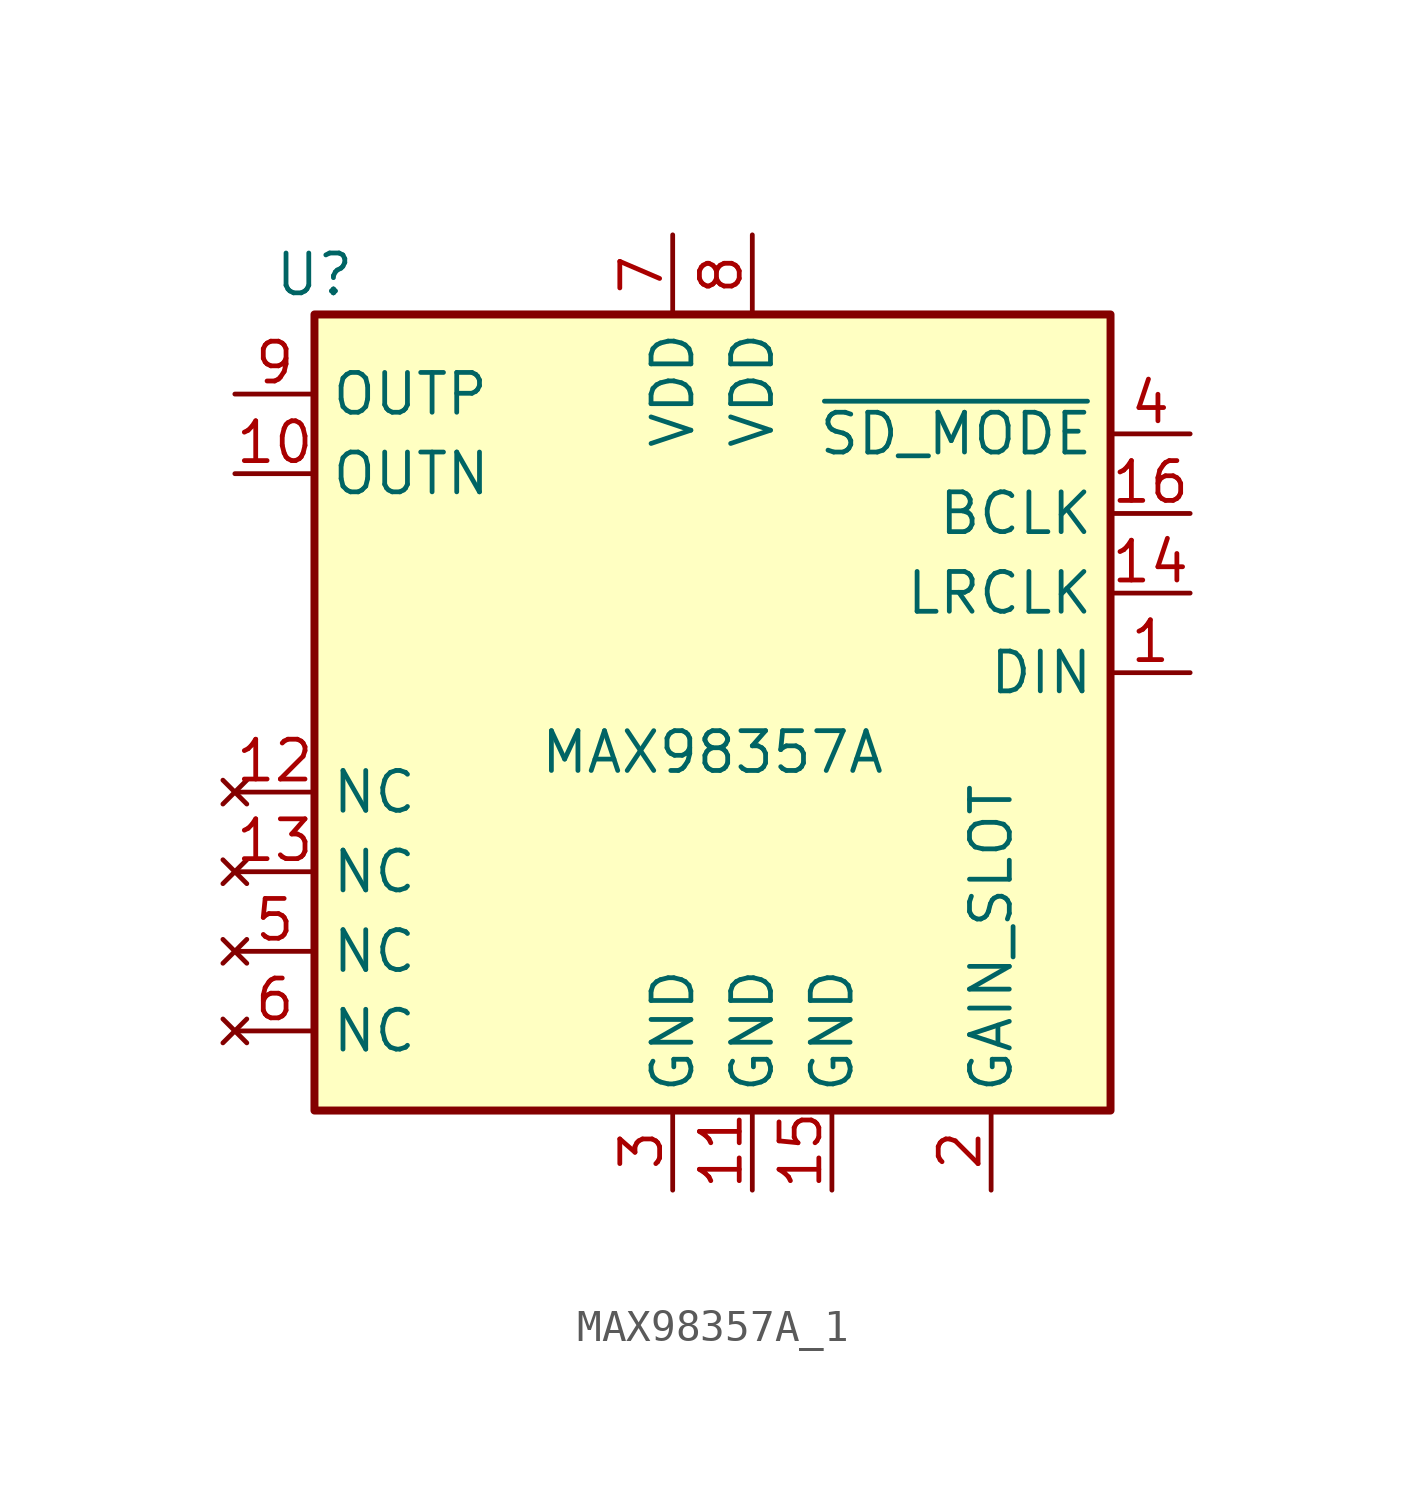
<source format=kicad_sym>
(kicad_symbol_lib
  (version 20220914)
  (generator kicad_symbol_editor)
  (symbol "MAX98357A_1"
    (property "Reference" "U"
      (at -12.7 13.97 0)
      (effects (font (size 1.27 1.27))))
    (property "Value" "MAX98357A"
      (at 0 -1.27 0)
      (effects (font (size 1.27 1.27))))
    (symbol "MAX98357A_1_0_1"
      (rectangle (start -12.7 12.7) (end 12.7 -12.7) (stroke (width 0.254) (type default)) (fill (type background))))
    (symbol "MAX98357A_1_1_1"
      (pin input line (at 15.24 1.27 180) (length 2.54) (name "DIN" (effects (font (size 1.27 1.27)))) (number "1" (effects (font (size 1.27 1.27)))))
      (pin output line (at -15.24 7.62 0) (length 2.54) (name "OUTN" (effects (font (size 1.27 1.27)))) (number "10" (effects (font (size 1.27 1.27)))))
      (pin power_in line (at 1.27 -15.24 90) (length 2.54) (name "GND" (effects (font (size 1.27 1.27)))) (number "11" (effects (font (size 1.27 1.27)))))
      (pin no_connect line (at -15.24 -2.54 0) (length 2.54) (name "NC" (effects (font (size 1.27 1.27)))) (number "12" (effects (font (size 1.27 1.27)))))
      (pin no_connect line (at -15.24 -5.08 0) (length 2.54) (name "NC" (effects (font (size 1.27 1.27)))) (number "13" (effects (font (size 1.27 1.27)))))
      (pin input line (at 15.24 3.81 180) (length 2.54) (name "LRCLK" (effects (font (size 1.27 1.27)))) (number "14" (effects (font (size 1.27 1.27)))))
      (pin power_in line (at 3.81 -15.24 90) (length 2.54) (name "GND" (effects (font (size 1.27 1.27)))) (number "15" (effects (font (size 1.27 1.27)))))
      (pin input line (at 15.24 6.35 180) (length 2.54) (name "BCLK" (effects (font (size 1.27 1.27)))) (number "16" (effects (font (size 1.27 1.27)))))
      (pin input line (at 8.89 -15.24 90) (length 2.54) (name "GAIN_SLOT" (effects (font (size 1.27 1.27)))) (number "2" (effects (font (size 1.27 1.27)))))
      (pin power_in line (at -1.27 -15.24 90) (length 2.54) (name "GND" (effects (font (size 1.27 1.27)))) (number "3" (effects (font (size 1.27 1.27)))))
      (pin input line (at 15.24 8.89 180) (length 2.54) (name "~{SD_MODE}" (effects (font (size 1.27 1.27)))) (number "4" (effects (font (size 1.27 1.27)))))
      (pin no_connect line (at -15.24 -7.62 0) (length 2.54) (name "NC" (effects (font (size 1.27 1.27)))) (number "5" (effects (font (size 1.27 1.27)))))
      (pin no_connect line (at -15.24 -10.16 0) (length 2.54) (name "NC" (effects (font (size 1.27 1.27)))) (number "6" (effects (font (size 1.27 1.27)))))
      (pin power_in line (at -1.27 15.24 270) (length 2.54) (name "VDD" (effects (font (size 1.27 1.27)))) (number "7" (effects (font (size 1.27 1.27)))))
      (pin power_in line (at 1.27 15.24 270) (length 2.54) (name "VDD" (effects (font (size 1.27 1.27)))) (number "8" (effects (font (size 1.27 1.27)))))
      (pin output line (at -15.24 10.16 0) (length 2.54) (name "OUTP" (effects (font (size 1.27 1.27)))) (number "9" (effects (font (size 1.27 1.27))))))))
</source>
